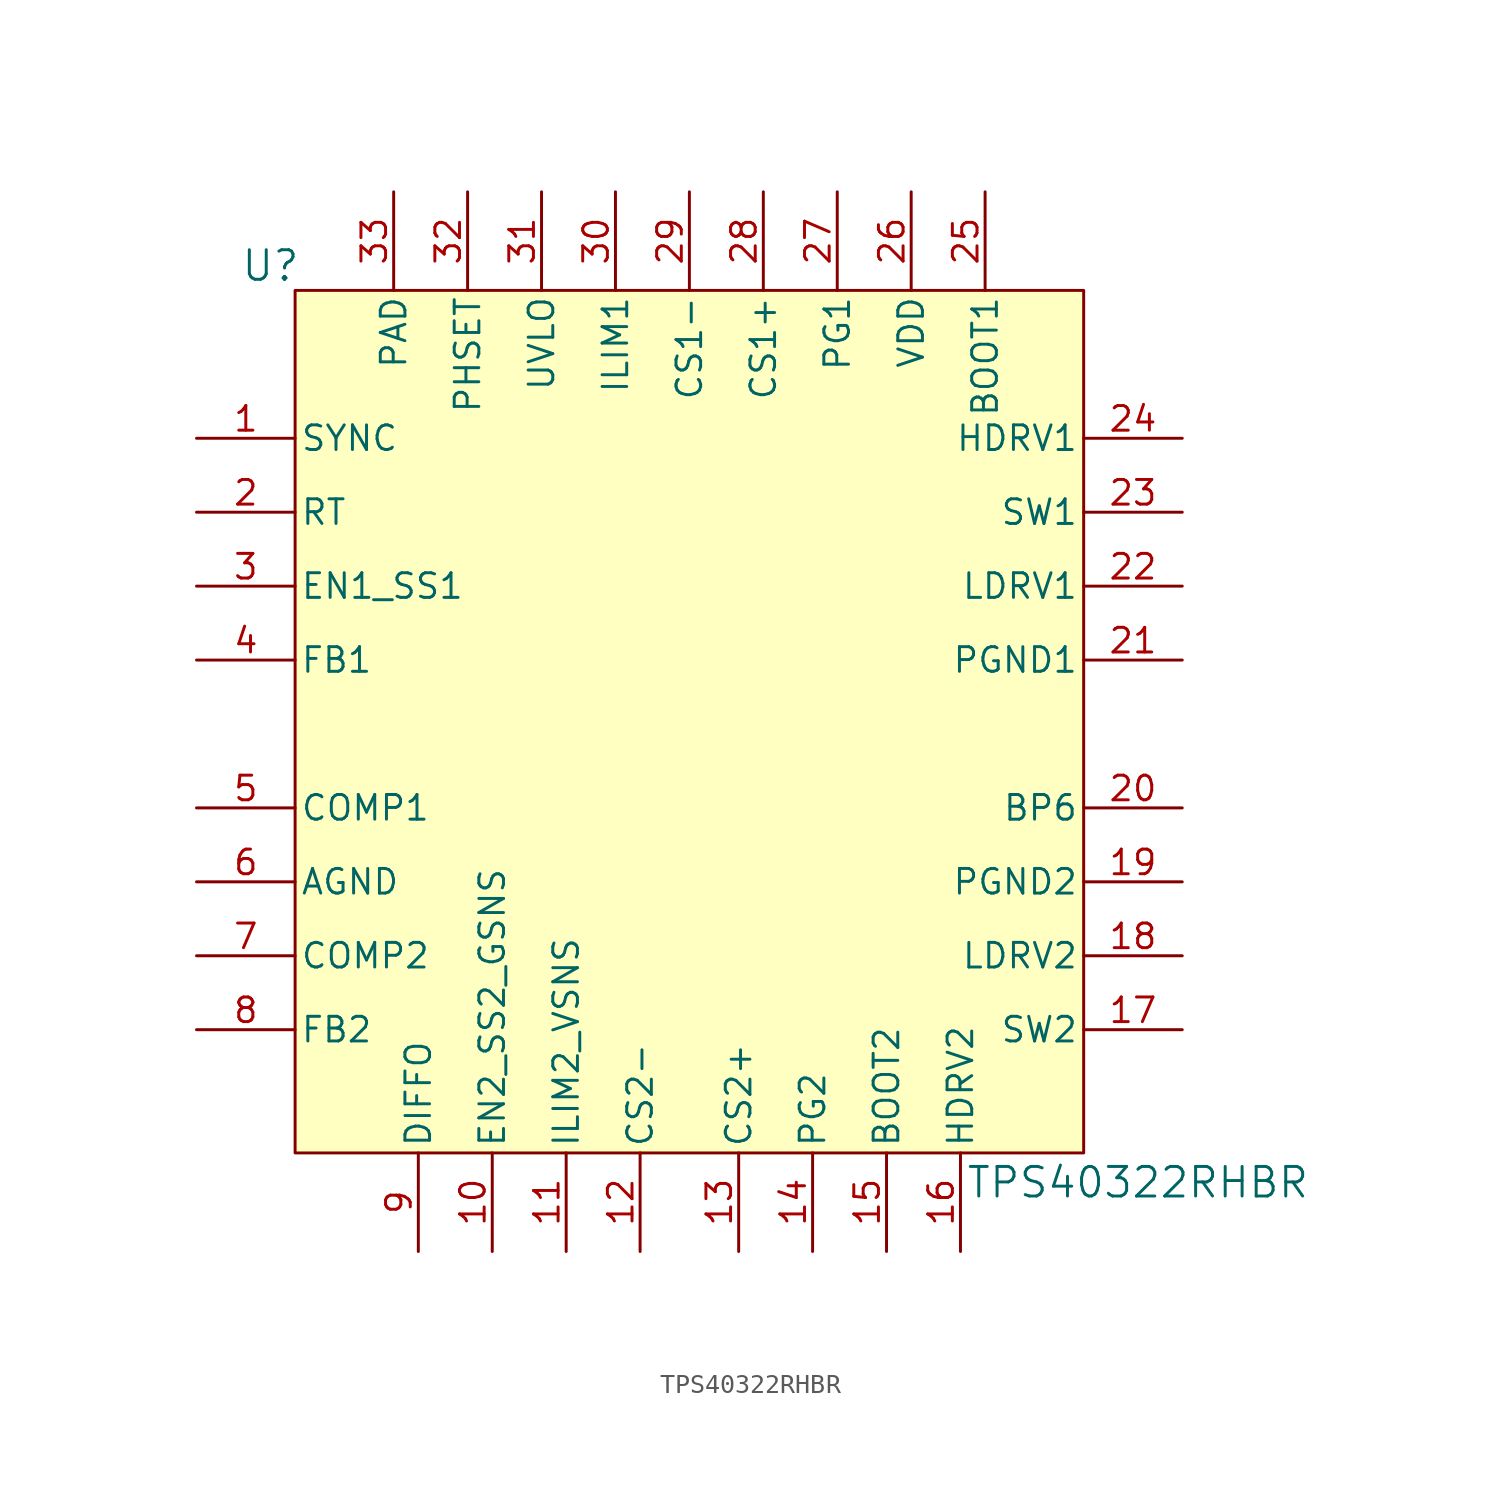
<source format=kicad_sym>
(kicad_symbol_lib
  (version 20230620)
  (generator kicad_symbol_editor)
  (symbol "TPS40322RHBR"
    (pin_names
      (offset 0.254))
    (property "Reference" "U"
      (at -21.59 24.13 0)
      (effects (font (size 1.524 1.524))))
    (property "Value" "TPS40322RHBR"
      (at 23.114 -23.114 0)
      (effects (font (size 1.524 1.524))))
    (property "ki_locked" ""
      (at 0 0 0)
      (effects (font (size 1.27 1.27))))
    (symbol "TPS40322RHBR_0_1"
      (pin bidirectional line (at -25.4 15.24 0) (length 5.08) (name "SYNC" (effects (font (size 1.27 1.27)))) (number "1" (effects (font (size 1.27 1.27)))))
      (pin input line (at -10.16 -26.67 90) (length 5.08) (name "EN2_SS2_GSNS" (effects (font (size 1.27 1.27)))) (number "10" (effects (font (size 1.27 1.27)))))
      (pin input line (at -6.35 -26.67 90) (length 5.08) (name "ILIM2_VSNS" (effects (font (size 1.27 1.27)))) (number "11" (effects (font (size 1.27 1.27)))))
      (pin input line (at -2.54 -26.67 90) (length 5.08) (name "CS2-" (effects (font (size 1.27 1.27)))) (number "12" (effects (font (size 1.27 1.27)))))
      (pin input line (at 2.54 -26.67 90) (length 5.08) (name "CS2+" (effects (font (size 1.27 1.27)))) (number "13" (effects (font (size 1.27 1.27)))))
      (pin output line (at 6.35 -26.67 90) (length 5.08) (name "PG2" (effects (font (size 1.27 1.27)))) (number "14" (effects (font (size 1.27 1.27)))))
      (pin power_in line (at 10.16 -26.67 90) (length 5.08) (name "BOOT2" (effects (font (size 1.27 1.27)))) (number "15" (effects (font (size 1.27 1.27)))))
      (pin output line (at 13.97 -26.67 90) (length 5.08) (name "HDRV2" (effects (font (size 1.27 1.27)))) (number "16" (effects (font (size 1.27 1.27)))))
      (pin power_in line (at 25.4 -15.24 180) (length 5.08) (name "SW2" (effects (font (size 1.27 1.27)))) (number "17" (effects (font (size 1.27 1.27)))))
      (pin output line (at 25.4 -11.43 180) (length 5.08) (name "LDRV2" (effects (font (size 1.27 1.27)))) (number "18" (effects (font (size 1.27 1.27)))))
      (pin power_in line (at 25.4 -7.62 180) (length 5.08) (name "PGND2" (effects (font (size 1.27 1.27)))) (number "19" (effects (font (size 1.27 1.27)))))
      (pin input line (at -25.4 11.43 0) (length 5.08) (name "RT" (effects (font (size 1.27 1.27)))) (number "2" (effects (font (size 1.27 1.27)))))
      (pin output line (at 25.4 -3.81 180) (length 5.08) (name "BP6" (effects (font (size 1.27 1.27)))) (number "20" (effects (font (size 1.27 1.27)))))
      (pin power_in line (at 25.4 3.81 180) (length 5.08) (name "PGND1" (effects (font (size 1.27 1.27)))) (number "21" (effects (font (size 1.27 1.27)))))
      (pin output line (at 25.4 7.62 180) (length 5.08) (name "LDRV1" (effects (font (size 1.27 1.27)))) (number "22" (effects (font (size 1.27 1.27)))))
      (pin power_in line (at 25.4 11.43 180) (length 5.08) (name "SW1" (effects (font (size 1.27 1.27)))) (number "23" (effects (font (size 1.27 1.27)))))
      (pin output line (at 25.4 15.24 180) (length 5.08) (name "HDRV1" (effects (font (size 1.27 1.27)))) (number "24" (effects (font (size 1.27 1.27)))))
      (pin power_in line (at 15.24 27.94 270) (length 5.08) (name "BOOT1" (effects (font (size 1.27 1.27)))) (number "25" (effects (font (size 1.27 1.27)))))
      (pin power_in line (at 11.43 27.94 270) (length 5.08) (name "VDD" (effects (font (size 1.27 1.27)))) (number "26" (effects (font (size 1.27 1.27)))))
      (pin output line (at 7.62 27.94 270) (length 5.08) (name "PG1" (effects (font (size 1.27 1.27)))) (number "27" (effects (font (size 1.27 1.27)))))
      (pin input line (at 3.81 27.94 270) (length 5.08) (name "CS1+" (effects (font (size 1.27 1.27)))) (number "28" (effects (font (size 1.27 1.27)))))
      (pin input line (at 0 27.94 270) (length 5.08) (name "CS1-" (effects (font (size 1.27 1.27)))) (number "29" (effects (font (size 1.27 1.27)))))
      (pin input line (at -25.4 7.62 0) (length 5.08) (name "EN1_SS1" (effects (font (size 1.27 1.27)))) (number "3" (effects (font (size 1.27 1.27)))))
      (pin input line (at -3.81 27.94 270) (length 5.08) (name "ILIM1" (effects (font (size 1.27 1.27)))) (number "30" (effects (font (size 1.27 1.27)))))
      (pin input line (at -7.62 27.94 270) (length 5.08) (name "UVLO" (effects (font (size 1.27 1.27)))) (number "31" (effects (font (size 1.27 1.27)))))
      (pin input line (at -11.43 27.94 270) (length 5.08) (name "PHSET" (effects (font (size 1.27 1.27)))) (number "32" (effects (font (size 1.27 1.27)))))
      (pin power_in line (at -15.24 27.94 270) (length 5.08) (name "PAD" (effects (font (size 1.27 1.27)))) (number "33" (effects (font (size 1.27 1.27)))))
      (pin input line (at -25.4 3.81 0) (length 5.08) (name "FB1" (effects (font (size 1.27 1.27)))) (number "4" (effects (font (size 1.27 1.27)))))
      (pin output line (at -25.4 -3.81 0) (length 5.08) (name "COMP1" (effects (font (size 1.27 1.27)))) (number "5" (effects (font (size 1.27 1.27)))))
      (pin power_in line (at -25.4 -7.62 0) (length 5.08) (name "AGND" (effects (font (size 1.27 1.27)))) (number "6" (effects (font (size 1.27 1.27)))))
      (pin output line (at -25.4 -11.43 0) (length 5.08) (name "COMP2" (effects (font (size 1.27 1.27)))) (number "7" (effects (font (size 1.27 1.27)))))
      (pin input line (at -25.4 -15.24 0) (length 5.08) (name "FB2" (effects (font (size 1.27 1.27)))) (number "8" (effects (font (size 1.27 1.27)))))
      (pin output line (at -13.97 -26.67 90) (length 5.08) (name "DIFFO" (effects (font (size 1.27 1.27)))) (number "9" (effects (font (size 1.27 1.27))))))
    (symbol "TPS40322RHBR_1_1"
      (rectangle (start -20.32 22.86) (end 20.32 -21.59) (stroke (width 0) (type default)) (fill (type background))))))
</source>
